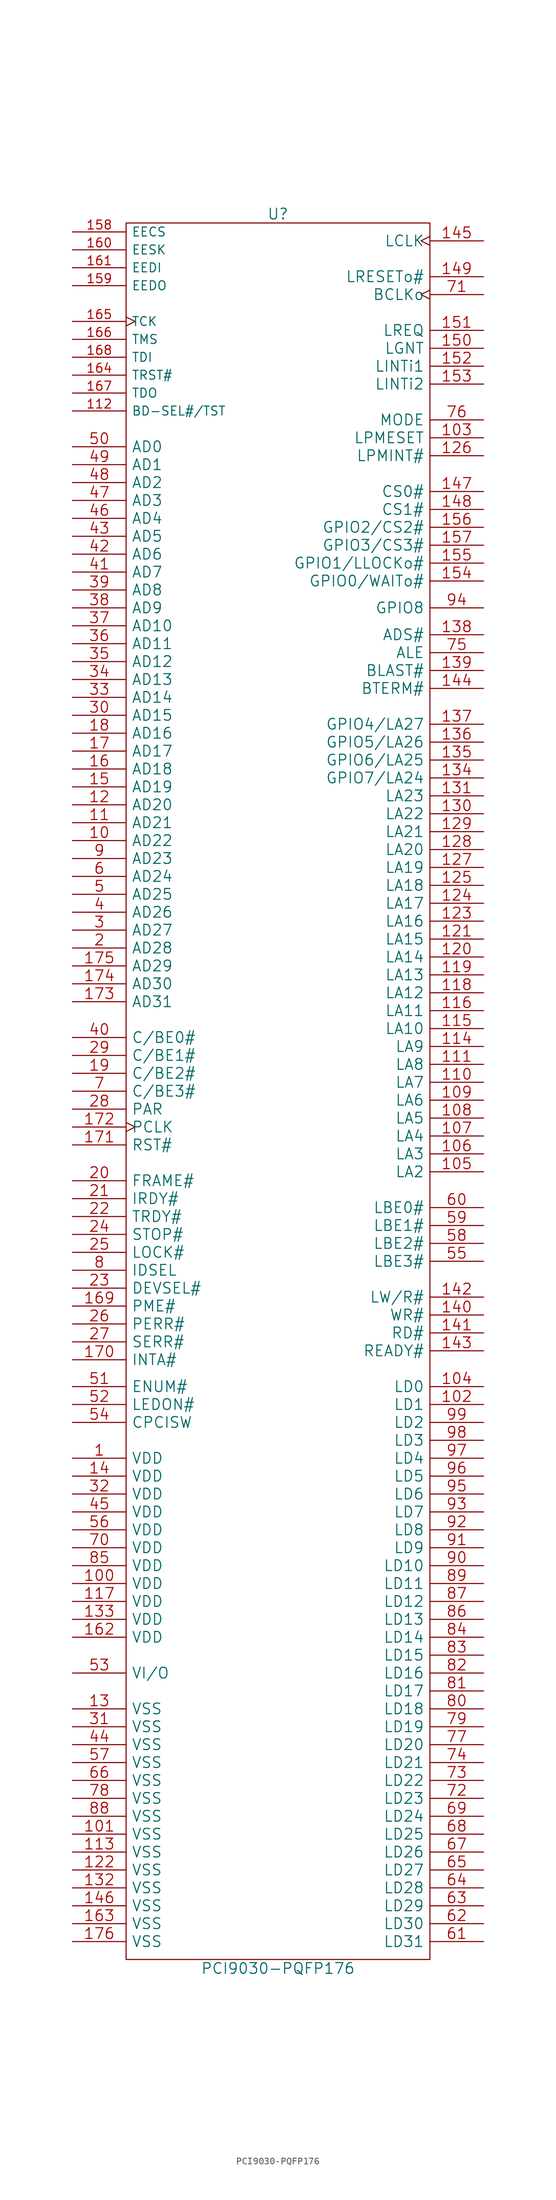
<source format=kicad_sym>
(kicad_symbol_lib
  (version 20211014)
  (generator kicad_symbol_editor)
  (symbol "PCI9030-PQFP176"
    (pin_names
      (offset 0.762))
    (property "Reference" "U"
      (at 0 124.46 0)
      (effects (font (size 1.524 1.524))))
    (property "Value" "PCI9030-PQFP176"
      (at 0 -124.46 0)
      (effects (font (size 1.524 1.524))))
    (property "Footprint" ""
      (at 0 0 0)
      (effects (font (size 1.524 1.524))))
    (property "Datasheet" ""
      (at 0 0 0)
      (effects (font (size 1.524 1.524))))
    (symbol "PCI9030-PQFP176_0_1"
      (rectangle (start -21.59 123.19) (end 21.59 -123.19) (stroke (width 0) (type default) (color 0 0 0 0)) (fill (type none))))
    (symbol "PCI9030-PQFP176_1_1"
      (pin power_in line (at -29.21 -52.07 0) (length 7.62) (name "VDD" (effects (font (size 1.524 1.524)))) (number "1" (effects (font (size 1.524 1.524)))))
      (pin bidirectional line (at -29.21 35.56 0) (length 7.62) (name "AD22" (effects (font (size 1.524 1.524)))) (number "10" (effects (font (size 1.524 1.524)))))
      (pin power_in line (at -29.21 -69.85 0) (length 7.62) (name "VDD" (effects (font (size 1.524 1.524)))) (number "100" (effects (font (size 1.524 1.524)))))
      (pin power_in line (at -29.21 -105.41 0) (length 7.62) (name "VSS" (effects (font (size 1.524 1.524)))) (number "101" (effects (font (size 1.524 1.524)))))
      (pin bidirectional line (at 29.21 -44.45 180) (length 7.62) (name "LD1" (effects (font (size 1.524 1.524)))) (number "102" (effects (font (size 1.524 1.524)))))
      (pin input line (at 29.21 92.71 180) (length 7.62) (name "LPMESET" (effects (font (size 1.524 1.524)))) (number "103" (effects (font (size 1.524 1.524)))))
      (pin bidirectional line (at 29.21 -41.91 180) (length 7.62) (name "LD0" (effects (font (size 1.524 1.524)))) (number "104" (effects (font (size 1.524 1.524)))))
      (pin output line (at 29.21 -11.43 180) (length 7.62) (name "LA2" (effects (font (size 1.524 1.524)))) (number "105" (effects (font (size 1.524 1.524)))))
      (pin output line (at 29.21 -8.89 180) (length 7.62) (name "LA3" (effects (font (size 1.524 1.524)))) (number "106" (effects (font (size 1.524 1.524)))))
      (pin output line (at 29.21 -6.35 180) (length 7.62) (name "LA4" (effects (font (size 1.524 1.524)))) (number "107" (effects (font (size 1.524 1.524)))))
      (pin output line (at 29.21 -3.81 180) (length 7.62) (name "LA5" (effects (font (size 1.524 1.524)))) (number "108" (effects (font (size 1.524 1.524)))))
      (pin output line (at 29.21 -1.27 180) (length 7.62) (name "LA6" (effects (font (size 1.524 1.524)))) (number "109" (effects (font (size 1.524 1.524)))))
      (pin bidirectional line (at -29.21 38.1 0) (length 7.62) (name "AD21" (effects (font (size 1.524 1.524)))) (number "11" (effects (font (size 1.524 1.524)))))
      (pin output line (at 29.21 1.27 180) (length 7.62) (name "LA7" (effects (font (size 1.524 1.524)))) (number "110" (effects (font (size 1.524 1.524)))))
      (pin output line (at 29.21 3.81 180) (length 7.62) (name "LA8" (effects (font (size 1.524 1.524)))) (number "111" (effects (font (size 1.524 1.524)))))
      (pin input line (at -29.21 96.52 0) (length 7.62) (name "BD-SEL#/TST" (effects (font (size 1.27 1.27)))) (number "112" (effects (font (size 1.27 1.27)))))
      (pin power_in line (at -29.21 -107.95 0) (length 7.62) (name "VSS" (effects (font (size 1.524 1.524)))) (number "113" (effects (font (size 1.524 1.524)))))
      (pin output line (at 29.21 6.35 180) (length 7.62) (name "LA9" (effects (font (size 1.524 1.524)))) (number "114" (effects (font (size 1.524 1.524)))))
      (pin input line (at 29.21 8.89 180) (length 7.62) (name "LA10" (effects (font (size 1.524 1.524)))) (number "115" (effects (font (size 1.524 1.524)))))
      (pin output line (at 29.21 11.43 180) (length 7.62) (name "LA11" (effects (font (size 1.524 1.524)))) (number "116" (effects (font (size 1.524 1.524)))))
      (pin power_in line (at -29.21 -72.39 0) (length 7.62) (name "VDD" (effects (font (size 1.524 1.524)))) (number "117" (effects (font (size 1.524 1.524)))))
      (pin output line (at 29.21 13.97 180) (length 7.62) (name "LA12" (effects (font (size 1.524 1.524)))) (number "118" (effects (font (size 1.524 1.524)))))
      (pin output line (at 29.21 16.51 180) (length 7.62) (name "LA13" (effects (font (size 1.524 1.524)))) (number "119" (effects (font (size 1.524 1.524)))))
      (pin bidirectional line (at -29.21 40.64 0) (length 7.62) (name "AD20" (effects (font (size 1.524 1.524)))) (number "12" (effects (font (size 1.524 1.524)))))
      (pin output line (at 29.21 19.05 180) (length 7.62) (name "LA14" (effects (font (size 1.524 1.524)))) (number "120" (effects (font (size 1.524 1.524)))))
      (pin output line (at 29.21 21.59 180) (length 7.62) (name "LA15" (effects (font (size 1.524 1.524)))) (number "121" (effects (font (size 1.524 1.524)))))
      (pin power_in line (at -29.21 -110.49 0) (length 7.62) (name "VSS" (effects (font (size 1.524 1.524)))) (number "122" (effects (font (size 1.524 1.524)))))
      (pin output line (at 29.21 24.13 180) (length 7.62) (name "LA16" (effects (font (size 1.524 1.524)))) (number "123" (effects (font (size 1.524 1.524)))))
      (pin output line (at 29.21 26.67 180) (length 7.62) (name "LA17" (effects (font (size 1.524 1.524)))) (number "124" (effects (font (size 1.524 1.524)))))
      (pin output line (at 29.21 29.21 180) (length 7.62) (name "LA18" (effects (font (size 1.524 1.524)))) (number "125" (effects (font (size 1.524 1.524)))))
      (pin output line (at 29.21 90.17 180) (length 7.62) (name "LPMINT#" (effects (font (size 1.524 1.524)))) (number "126" (effects (font (size 1.524 1.524)))))
      (pin output line (at 29.21 31.75 180) (length 7.62) (name "LA19" (effects (font (size 1.524 1.524)))) (number "127" (effects (font (size 1.524 1.524)))))
      (pin output line (at 29.21 34.29 180) (length 7.62) (name "LA20" (effects (font (size 1.524 1.524)))) (number "128" (effects (font (size 1.524 1.524)))))
      (pin output line (at 29.21 36.83 180) (length 7.62) (name "LA21" (effects (font (size 1.524 1.524)))) (number "129" (effects (font (size 1.524 1.524)))))
      (pin power_in line (at -29.21 -87.63 0) (length 7.62) (name "VSS" (effects (font (size 1.524 1.524)))) (number "13" (effects (font (size 1.524 1.524)))))
      (pin output line (at 29.21 39.37 180) (length 7.62) (name "LA22" (effects (font (size 1.524 1.524)))) (number "130" (effects (font (size 1.524 1.524)))))
      (pin output line (at 29.21 41.91 180) (length 7.62) (name "LA23" (effects (font (size 1.524 1.524)))) (number "131" (effects (font (size 1.524 1.524)))))
      (pin power_in line (at -29.21 -113.03 0) (length 7.62) (name "VSS" (effects (font (size 1.524 1.524)))) (number "132" (effects (font (size 1.524 1.524)))))
      (pin power_in line (at -29.21 -74.93 0) (length 7.62) (name "VDD" (effects (font (size 1.524 1.524)))) (number "133" (effects (font (size 1.524 1.524)))))
      (pin bidirectional line (at 29.21 44.45 180) (length 7.62) (name "GPIO7/LA24" (effects (font (size 1.524 1.524)))) (number "134" (effects (font (size 1.524 1.524)))))
      (pin bidirectional line (at 29.21 46.99 180) (length 7.62) (name "GPIO6/LA25" (effects (font (size 1.524 1.524)))) (number "135" (effects (font (size 1.524 1.524)))))
      (pin bidirectional line (at 29.21 49.53 180) (length 7.62) (name "GPIO5/LA26" (effects (font (size 1.524 1.524)))) (number "136" (effects (font (size 1.524 1.524)))))
      (pin bidirectional line (at 29.21 52.07 180) (length 7.62) (name "GPIO4/LA27" (effects (font (size 1.524 1.524)))) (number "137" (effects (font (size 1.524 1.524)))))
      (pin output line (at 29.21 64.77 180) (length 7.62) (name "ADS#" (effects (font (size 1.524 1.524)))) (number "138" (effects (font (size 1.524 1.524)))))
      (pin output line (at 29.21 59.69 180) (length 7.62) (name "BLAST#" (effects (font (size 1.524 1.524)))) (number "139" (effects (font (size 1.524 1.524)))))
      (pin power_in line (at -29.21 -54.61 0) (length 7.62) (name "VDD" (effects (font (size 1.524 1.524)))) (number "14" (effects (font (size 1.524 1.524)))))
      (pin output line (at 29.21 -31.75 180) (length 7.62) (name "WR#" (effects (font (size 1.524 1.524)))) (number "140" (effects (font (size 1.524 1.524)))))
      (pin output line (at 29.21 -34.29 180) (length 7.62) (name "RD#" (effects (font (size 1.524 1.524)))) (number "141" (effects (font (size 1.524 1.524)))))
      (pin output line (at 29.21 -29.21 180) (length 7.62) (name "LW/R#" (effects (font (size 1.524 1.524)))) (number "142" (effects (font (size 1.524 1.524)))))
      (pin input line (at 29.21 -36.83 180) (length 7.62) (name "READY#" (effects (font (size 1.524 1.524)))) (number "143" (effects (font (size 1.524 1.524)))))
      (pin input line (at 29.21 57.15 180) (length 7.62) (name "BTERM#" (effects (font (size 1.524 1.524)))) (number "144" (effects (font (size 1.524 1.524)))))
      (pin input clock (at 29.21 120.65 180) (length 7.62) (name "LCLK" (effects (font (size 1.524 1.524)))) (number "145" (effects (font (size 1.524 1.524)))))
      (pin power_in line (at -29.21 -115.57 0) (length 7.62) (name "VSS" (effects (font (size 1.524 1.524)))) (number "146" (effects (font (size 1.524 1.524)))))
      (pin output line (at 29.21 85.09 180) (length 7.62) (name "CS0#" (effects (font (size 1.524 1.524)))) (number "147" (effects (font (size 1.524 1.524)))))
      (pin output line (at 29.21 82.55 180) (length 7.62) (name "CS1#" (effects (font (size 1.524 1.524)))) (number "148" (effects (font (size 1.524 1.524)))))
      (pin output line (at 29.21 115.57 180) (length 7.62) (name "LRESETo#" (effects (font (size 1.524 1.524)))) (number "149" (effects (font (size 1.524 1.524)))))
      (pin bidirectional line (at -29.21 43.18 0) (length 7.62) (name "AD19" (effects (font (size 1.524 1.524)))) (number "15" (effects (font (size 1.524 1.524)))))
      (pin output line (at 29.21 105.41 180) (length 7.62) (name "LGNT" (effects (font (size 1.524 1.524)))) (number "150" (effects (font (size 1.524 1.524)))))
      (pin input line (at 29.21 107.95 180) (length 7.62) (name "LREQ" (effects (font (size 1.524 1.524)))) (number "151" (effects (font (size 1.524 1.524)))))
      (pin input line (at 29.21 102.87 180) (length 7.62) (name "LINTi1" (effects (font (size 1.524 1.524)))) (number "152" (effects (font (size 1.524 1.524)))))
      (pin input line (at 29.21 100.33 180) (length 7.62) (name "LINTi2" (effects (font (size 1.524 1.524)))) (number "153" (effects (font (size 1.524 1.524)))))
      (pin bidirectional line (at 29.21 72.39 180) (length 7.62) (name "GPIO0/WAITo#" (effects (font (size 1.524 1.524)))) (number "154" (effects (font (size 1.524 1.524)))))
      (pin bidirectional line (at 29.21 74.93 180) (length 7.62) (name "GPIO1/LLOCKo#" (effects (font (size 1.524 1.524)))) (number "155" (effects (font (size 1.524 1.524)))))
      (pin bidirectional line (at 29.21 80.01 180) (length 7.62) (name "GPIO2/CS2#" (effects (font (size 1.524 1.524)))) (number "156" (effects (font (size 1.524 1.524)))))
      (pin bidirectional line (at 29.21 77.47 180) (length 7.62) (name "GPIO3/CS3#" (effects (font (size 1.524 1.524)))) (number "157" (effects (font (size 1.524 1.524)))))
      (pin output line (at -29.21 121.92 0) (length 7.62) (name "EECS" (effects (font (size 1.27 1.27)))) (number "158" (effects (font (size 1.27 1.27)))))
      (pin input line (at -29.21 114.3 0) (length 7.62) (name "EEDO" (effects (font (size 1.27 1.27)))) (number "159" (effects (font (size 1.27 1.27)))))
      (pin bidirectional line (at -29.21 45.72 0) (length 7.62) (name "AD18" (effects (font (size 1.524 1.524)))) (number "16" (effects (font (size 1.524 1.524)))))
      (pin output line (at -29.21 119.38 0) (length 7.62) (name "EESK" (effects (font (size 1.27 1.27)))) (number "160" (effects (font (size 1.27 1.27)))))
      (pin output line (at -29.21 116.84 0) (length 7.62) (name "EEDI" (effects (font (size 1.27 1.27)))) (number "161" (effects (font (size 1.27 1.27)))))
      (pin power_in line (at -29.21 -77.47 0) (length 7.62) (name "VDD" (effects (font (size 1.524 1.524)))) (number "162" (effects (font (size 1.524 1.524)))))
      (pin power_in line (at -29.21 -118.11 0) (length 7.62) (name "VSS" (effects (font (size 1.524 1.524)))) (number "163" (effects (font (size 1.524 1.524)))))
      (pin input line (at -29.21 101.6 0) (length 7.62) (name "TRST#" (effects (font (size 1.27 1.27)))) (number "164" (effects (font (size 1.27 1.27)))))
      (pin input clock (at -29.21 109.22 0) (length 7.62) (name "TCK" (effects (font (size 1.27 1.27)))) (number "165" (effects (font (size 1.27 1.27)))))
      (pin input line (at -29.21 106.68 0) (length 7.62) (name "TMS" (effects (font (size 1.27 1.27)))) (number "166" (effects (font (size 1.27 1.27)))))
      (pin output line (at -29.21 99.06 0) (length 7.62) (name "TDO" (effects (font (size 1.27 1.27)))) (number "167" (effects (font (size 1.27 1.27)))))
      (pin input line (at -29.21 104.14 0) (length 7.62) (name "TDI" (effects (font (size 1.27 1.27)))) (number "168" (effects (font (size 1.27 1.27)))))
      (pin output line (at -29.21 -30.48 0) (length 7.62) (name "PME#" (effects (font (size 1.524 1.524)))) (number "169" (effects (font (size 1.524 1.524)))))
      (pin bidirectional line (at -29.21 48.26 0) (length 7.62) (name "AD17" (effects (font (size 1.524 1.524)))) (number "17" (effects (font (size 1.524 1.524)))))
      (pin output line (at -29.21 -38.1 0) (length 7.62) (name "INTA#" (effects (font (size 1.524 1.524)))) (number "170" (effects (font (size 1.524 1.524)))))
      (pin input line (at -29.21 -7.62 0) (length 7.62) (name "RST#" (effects (font (size 1.524 1.524)))) (number "171" (effects (font (size 1.524 1.524)))))
      (pin input clock (at -29.21 -5.08 0) (length 7.62) (name "PCLK" (effects (font (size 1.524 1.524)))) (number "172" (effects (font (size 1.524 1.524)))))
      (pin bidirectional line (at -29.21 12.7 0) (length 7.62) (name "AD31" (effects (font (size 1.524 1.524)))) (number "173" (effects (font (size 1.524 1.524)))))
      (pin bidirectional line (at -29.21 15.24 0) (length 7.62) (name "AD30" (effects (font (size 1.524 1.524)))) (number "174" (effects (font (size 1.524 1.524)))))
      (pin bidirectional line (at -29.21 17.78 0) (length 7.62) (name "AD29" (effects (font (size 1.524 1.524)))) (number "175" (effects (font (size 1.524 1.524)))))
      (pin power_in line (at -29.21 -120.65 0) (length 7.62) (name "VSS" (effects (font (size 1.524 1.524)))) (number "176" (effects (font (size 1.524 1.524)))))
      (pin bidirectional line (at -29.21 50.8 0) (length 7.62) (name "AD16" (effects (font (size 1.524 1.524)))) (number "18" (effects (font (size 1.524 1.524)))))
      (pin bidirectional line (at -29.21 2.54 0) (length 7.62) (name "C/BE2#" (effects (font (size 1.524 1.524)))) (number "19" (effects (font (size 1.524 1.524)))))
      (pin bidirectional line (at -29.21 20.32 0) (length 7.62) (name "AD28" (effects (font (size 1.524 1.524)))) (number "2" (effects (font (size 1.524 1.524)))))
      (pin bidirectional line (at -29.21 -12.7 0) (length 7.62) (name "FRAME#" (effects (font (size 1.524 1.524)))) (number "20" (effects (font (size 1.524 1.524)))))
      (pin bidirectional line (at -29.21 -15.24 0) (length 7.62) (name "IRDY#" (effects (font (size 1.524 1.524)))) (number "21" (effects (font (size 1.524 1.524)))))
      (pin bidirectional line (at -29.21 -17.78 0) (length 7.62) (name "TRDY#" (effects (font (size 1.524 1.524)))) (number "22" (effects (font (size 1.524 1.524)))))
      (pin bidirectional line (at -29.21 -27.94 0) (length 7.62) (name "DEVSEL#" (effects (font (size 1.524 1.524)))) (number "23" (effects (font (size 1.524 1.524)))))
      (pin bidirectional line (at -29.21 -20.32 0) (length 7.62) (name "STOP#" (effects (font (size 1.524 1.524)))) (number "24" (effects (font (size 1.524 1.524)))))
      (pin input line (at -29.21 -22.86 0) (length 7.62) (name "LOCK#" (effects (font (size 1.524 1.524)))) (number "25" (effects (font (size 1.524 1.524)))))
      (pin output line (at -29.21 -33.02 0) (length 7.62) (name "PERR#" (effects (font (size 1.524 1.524)))) (number "26" (effects (font (size 1.524 1.524)))))
      (pin output line (at -29.21 -35.56 0) (length 7.62) (name "SERR#" (effects (font (size 1.524 1.524)))) (number "27" (effects (font (size 1.524 1.524)))))
      (pin bidirectional line (at -29.21 -2.54 0) (length 7.62) (name "PAR" (effects (font (size 1.524 1.524)))) (number "28" (effects (font (size 1.524 1.524)))))
      (pin bidirectional line (at -29.21 5.08 0) (length 7.62) (name "C/BE1#" (effects (font (size 1.524 1.524)))) (number "29" (effects (font (size 1.524 1.524)))))
      (pin bidirectional line (at -29.21 22.86 0) (length 7.62) (name "AD27" (effects (font (size 1.524 1.524)))) (number "3" (effects (font (size 1.524 1.524)))))
      (pin bidirectional line (at -29.21 53.34 0) (length 7.62) (name "AD15" (effects (font (size 1.524 1.524)))) (number "30" (effects (font (size 1.524 1.524)))))
      (pin power_in line (at -29.21 -90.17 0) (length 7.62) (name "VSS" (effects (font (size 1.524 1.524)))) (number "31" (effects (font (size 1.524 1.524)))))
      (pin power_in line (at -29.21 -57.15 0) (length 7.62) (name "VDD" (effects (font (size 1.524 1.524)))) (number "32" (effects (font (size 1.524 1.524)))))
      (pin bidirectional line (at -29.21 55.88 0) (length 7.62) (name "AD14" (effects (font (size 1.524 1.524)))) (number "33" (effects (font (size 1.524 1.524)))))
      (pin bidirectional line (at -29.21 58.42 0) (length 7.62) (name "AD13" (effects (font (size 1.524 1.524)))) (number "34" (effects (font (size 1.524 1.524)))))
      (pin bidirectional line (at -29.21 60.96 0) (length 7.62) (name "AD12" (effects (font (size 1.524 1.524)))) (number "35" (effects (font (size 1.524 1.524)))))
      (pin bidirectional line (at -29.21 63.5 0) (length 7.62) (name "AD11" (effects (font (size 1.524 1.524)))) (number "36" (effects (font (size 1.524 1.524)))))
      (pin bidirectional line (at -29.21 66.04 0) (length 7.62) (name "AD10" (effects (font (size 1.524 1.524)))) (number "37" (effects (font (size 1.524 1.524)))))
      (pin bidirectional line (at -29.21 68.58 0) (length 7.62) (name "AD9" (effects (font (size 1.524 1.524)))) (number "38" (effects (font (size 1.524 1.524)))))
      (pin bidirectional line (at -29.21 71.12 0) (length 7.62) (name "AD8" (effects (font (size 1.524 1.524)))) (number "39" (effects (font (size 1.524 1.524)))))
      (pin bidirectional line (at -29.21 25.4 0) (length 7.62) (name "AD26" (effects (font (size 1.524 1.524)))) (number "4" (effects (font (size 1.524 1.524)))))
      (pin bidirectional line (at -29.21 7.62 0) (length 7.62) (name "C/BE0#" (effects (font (size 1.524 1.524)))) (number "40" (effects (font (size 1.524 1.524)))))
      (pin bidirectional line (at -29.21 73.66 0) (length 7.62) (name "AD7" (effects (font (size 1.524 1.524)))) (number "41" (effects (font (size 1.524 1.524)))))
      (pin bidirectional line (at -29.21 76.2 0) (length 7.62) (name "AD6" (effects (font (size 1.524 1.524)))) (number "42" (effects (font (size 1.524 1.524)))))
      (pin bidirectional line (at -29.21 78.74 0) (length 7.62) (name "AD5" (effects (font (size 1.524 1.524)))) (number "43" (effects (font (size 1.524 1.524)))))
      (pin power_in line (at -29.21 -92.71 0) (length 7.62) (name "VSS" (effects (font (size 1.524 1.524)))) (number "44" (effects (font (size 1.524 1.524)))))
      (pin power_in line (at -29.21 -59.69 0) (length 7.62) (name "VDD" (effects (font (size 1.524 1.524)))) (number "45" (effects (font (size 1.524 1.524)))))
      (pin bidirectional line (at -29.21 81.28 0) (length 7.62) (name "AD4" (effects (font (size 1.524 1.524)))) (number "46" (effects (font (size 1.524 1.524)))))
      (pin bidirectional line (at -29.21 83.82 0) (length 7.62) (name "AD3" (effects (font (size 1.524 1.524)))) (number "47" (effects (font (size 1.524 1.524)))))
      (pin bidirectional line (at -29.21 86.36 0) (length 7.62) (name "AD2" (effects (font (size 1.524 1.524)))) (number "48" (effects (font (size 1.524 1.524)))))
      (pin bidirectional line (at -29.21 88.9 0) (length 7.62) (name "AD1" (effects (font (size 1.524 1.524)))) (number "49" (effects (font (size 1.524 1.524)))))
      (pin bidirectional line (at -29.21 27.94 0) (length 7.62) (name "AD25" (effects (font (size 1.524 1.524)))) (number "5" (effects (font (size 1.524 1.524)))))
      (pin bidirectional line (at -29.21 91.44 0) (length 7.62) (name "AD0" (effects (font (size 1.524 1.524)))) (number "50" (effects (font (size 1.524 1.524)))))
      (pin output line (at -29.21 -41.91 0) (length 7.62) (name "ENUM#" (effects (font (size 1.524 1.524)))) (number "51" (effects (font (size 1.524 1.524)))))
      (pin output line (at -29.21 -44.45 0) (length 7.62) (name "LEDON#" (effects (font (size 1.524 1.524)))) (number "52" (effects (font (size 1.524 1.524)))))
      (pin power_in line (at -29.21 -82.55 0) (length 7.62) (name "VI/O" (effects (font (size 1.524 1.524)))) (number "53" (effects (font (size 1.524 1.524)))))
      (pin input line (at -29.21 -46.99 0) (length 7.62) (name "CPCISW" (effects (font (size 1.524 1.524)))) (number "54" (effects (font (size 1.524 1.524)))))
      (pin output line (at 29.21 -24.13 180) (length 7.62) (name "LBE3#" (effects (font (size 1.524 1.524)))) (number "55" (effects (font (size 1.524 1.524)))))
      (pin power_in line (at -29.21 -62.23 0) (length 7.62) (name "VDD" (effects (font (size 1.524 1.524)))) (number "56" (effects (font (size 1.524 1.524)))))
      (pin power_in line (at -29.21 -95.25 0) (length 7.62) (name "VSS" (effects (font (size 1.524 1.524)))) (number "57" (effects (font (size 1.524 1.524)))))
      (pin output line (at 29.21 -21.59 180) (length 7.62) (name "LBE2#" (effects (font (size 1.524 1.524)))) (number "58" (effects (font (size 1.524 1.524)))))
      (pin output line (at 29.21 -19.05 180) (length 7.62) (name "LBE1#" (effects (font (size 1.524 1.524)))) (number "59" (effects (font (size 1.524 1.524)))))
      (pin bidirectional line (at -29.21 30.48 0) (length 7.62) (name "AD24" (effects (font (size 1.524 1.524)))) (number "6" (effects (font (size 1.524 1.524)))))
      (pin output line (at 29.21 -16.51 180) (length 7.62) (name "LBE0#" (effects (font (size 1.524 1.524)))) (number "60" (effects (font (size 1.524 1.524)))))
      (pin bidirectional line (at 29.21 -120.65 180) (length 7.62) (name "LD31" (effects (font (size 1.524 1.524)))) (number "61" (effects (font (size 1.524 1.524)))))
      (pin bidirectional line (at 29.21 -118.11 180) (length 7.62) (name "LD30" (effects (font (size 1.524 1.524)))) (number "62" (effects (font (size 1.524 1.524)))))
      (pin bidirectional line (at 29.21 -115.57 180) (length 7.62) (name "LD29" (effects (font (size 1.524 1.524)))) (number "63" (effects (font (size 1.524 1.524)))))
      (pin bidirectional line (at 29.21 -113.03 180) (length 7.62) (name "LD28" (effects (font (size 1.524 1.524)))) (number "64" (effects (font (size 1.524 1.524)))))
      (pin bidirectional line (at 29.21 -110.49 180) (length 7.62) (name "LD27" (effects (font (size 1.524 1.524)))) (number "65" (effects (font (size 1.524 1.524)))))
      (pin power_in line (at -29.21 -97.79 0) (length 7.62) (name "VSS" (effects (font (size 1.524 1.524)))) (number "66" (effects (font (size 1.524 1.524)))))
      (pin bidirectional line (at 29.21 -107.95 180) (length 7.62) (name "LD26" (effects (font (size 1.524 1.524)))) (number "67" (effects (font (size 1.524 1.524)))))
      (pin bidirectional line (at 29.21 -105.41 180) (length 7.62) (name "LD25" (effects (font (size 1.524 1.524)))) (number "68" (effects (font (size 1.524 1.524)))))
      (pin bidirectional line (at 29.21 -102.87 180) (length 7.62) (name "LD24" (effects (font (size 1.524 1.524)))) (number "69" (effects (font (size 1.524 1.524)))))
      (pin bidirectional line (at -29.21 0 0) (length 7.62) (name "C/BE3#" (effects (font (size 1.524 1.524)))) (number "7" (effects (font (size 1.524 1.524)))))
      (pin power_in line (at -29.21 -64.77 0) (length 7.62) (name "VDD" (effects (font (size 1.524 1.524)))) (number "70" (effects (font (size 1.524 1.524)))))
      (pin output clock (at 29.21 113.03 180) (length 7.62) (name "BCLKo" (effects (font (size 1.524 1.524)))) (number "71" (effects (font (size 1.524 1.524)))))
      (pin bidirectional line (at 29.21 -100.33 180) (length 7.62) (name "LD23" (effects (font (size 1.524 1.524)))) (number "72" (effects (font (size 1.524 1.524)))))
      (pin bidirectional line (at 29.21 -97.79 180) (length 7.62) (name "LD22" (effects (font (size 1.524 1.524)))) (number "73" (effects (font (size 1.524 1.524)))))
      (pin bidirectional line (at 29.21 -95.25 180) (length 7.62) (name "LD21" (effects (font (size 1.524 1.524)))) (number "74" (effects (font (size 1.524 1.524)))))
      (pin output line (at 29.21 62.23 180) (length 7.62) (name "ALE" (effects (font (size 1.524 1.524)))) (number "75" (effects (font (size 1.524 1.524)))))
      (pin input line (at 29.21 95.25 180) (length 7.62) (name "MODE" (effects (font (size 1.524 1.524)))) (number "76" (effects (font (size 1.524 1.524)))))
      (pin bidirectional line (at 29.21 -92.71 180) (length 7.62) (name "LD20" (effects (font (size 1.524 1.524)))) (number "77" (effects (font (size 1.524 1.524)))))
      (pin power_in line (at -29.21 -100.33 0) (length 7.62) (name "VSS" (effects (font (size 1.524 1.524)))) (number "78" (effects (font (size 1.524 1.524)))))
      (pin bidirectional line (at 29.21 -90.17 180) (length 7.62) (name "LD19" (effects (font (size 1.524 1.524)))) (number "79" (effects (font (size 1.524 1.524)))))
      (pin input line (at -29.21 -25.4 0) (length 7.62) (name "IDSEL" (effects (font (size 1.524 1.524)))) (number "8" (effects (font (size 1.524 1.524)))))
      (pin bidirectional line (at 29.21 -87.63 180) (length 7.62) (name "LD18" (effects (font (size 1.524 1.524)))) (number "80" (effects (font (size 1.524 1.524)))))
      (pin bidirectional line (at 29.21 -85.09 180) (length 7.62) (name "LD17" (effects (font (size 1.524 1.524)))) (number "81" (effects (font (size 1.524 1.524)))))
      (pin bidirectional line (at 29.21 -82.55 180) (length 7.62) (name "LD16" (effects (font (size 1.524 1.524)))) (number "82" (effects (font (size 1.524 1.524)))))
      (pin bidirectional line (at 29.21 -80.01 180) (length 7.62) (name "LD15" (effects (font (size 1.524 1.524)))) (number "83" (effects (font (size 1.524 1.524)))))
      (pin bidirectional line (at 29.21 -77.47 180) (length 7.62) (name "LD14" (effects (font (size 1.524 1.524)))) (number "84" (effects (font (size 1.524 1.524)))))
      (pin power_in line (at -29.21 -67.31 0) (length 7.62) (name "VDD" (effects (font (size 1.524 1.524)))) (number "85" (effects (font (size 1.524 1.524)))))
      (pin bidirectional line (at 29.21 -74.93 180) (length 7.62) (name "LD13" (effects (font (size 1.524 1.524)))) (number "86" (effects (font (size 1.524 1.524)))))
      (pin bidirectional line (at 29.21 -72.39 180) (length 7.62) (name "LD12" (effects (font (size 1.524 1.524)))) (number "87" (effects (font (size 1.524 1.524)))))
      (pin power_in line (at -29.21 -102.87 0) (length 7.62) (name "VSS" (effects (font (size 1.524 1.524)))) (number "88" (effects (font (size 1.524 1.524)))))
      (pin bidirectional line (at 29.21 -69.85 180) (length 7.62) (name "LD11" (effects (font (size 1.524 1.524)))) (number "89" (effects (font (size 1.524 1.524)))))
      (pin bidirectional line (at -29.21 33.02 0) (length 7.62) (name "AD23" (effects (font (size 1.524 1.524)))) (number "9" (effects (font (size 1.524 1.524)))))
      (pin bidirectional line (at 29.21 -67.31 180) (length 7.62) (name "LD10" (effects (font (size 1.524 1.524)))) (number "90" (effects (font (size 1.524 1.524)))))
      (pin bidirectional line (at 29.21 -64.77 180) (length 7.62) (name "LD9" (effects (font (size 1.524 1.524)))) (number "91" (effects (font (size 1.524 1.524)))))
      (pin bidirectional line (at 29.21 -62.23 180) (length 7.62) (name "LD8" (effects (font (size 1.524 1.524)))) (number "92" (effects (font (size 1.524 1.524)))))
      (pin bidirectional line (at 29.21 -59.69 180) (length 7.62) (name "LD7" (effects (font (size 1.524 1.524)))) (number "93" (effects (font (size 1.524 1.524)))))
      (pin bidirectional line (at 29.21 68.58 180) (length 7.62) (name "GPIO8" (effects (font (size 1.524 1.524)))) (number "94" (effects (font (size 1.524 1.524)))))
      (pin bidirectional line (at 29.21 -57.15 180) (length 7.62) (name "LD6" (effects (font (size 1.524 1.524)))) (number "95" (effects (font (size 1.524 1.524)))))
      (pin bidirectional line (at 29.21 -54.61 180) (length 7.62) (name "LD5" (effects (font (size 1.524 1.524)))) (number "96" (effects (font (size 1.524 1.524)))))
      (pin bidirectional line (at 29.21 -52.07 180) (length 7.62) (name "LD4" (effects (font (size 1.524 1.524)))) (number "97" (effects (font (size 1.524 1.524)))))
      (pin bidirectional line (at 29.21 -49.53 180) (length 7.62) (name "LD3" (effects (font (size 1.524 1.524)))) (number "98" (effects (font (size 1.524 1.524)))))
      (pin bidirectional line (at 29.21 -46.99 180) (length 7.62) (name "LD2" (effects (font (size 1.524 1.524)))) (number "99" (effects (font (size 1.524 1.524))))))))
</source>
